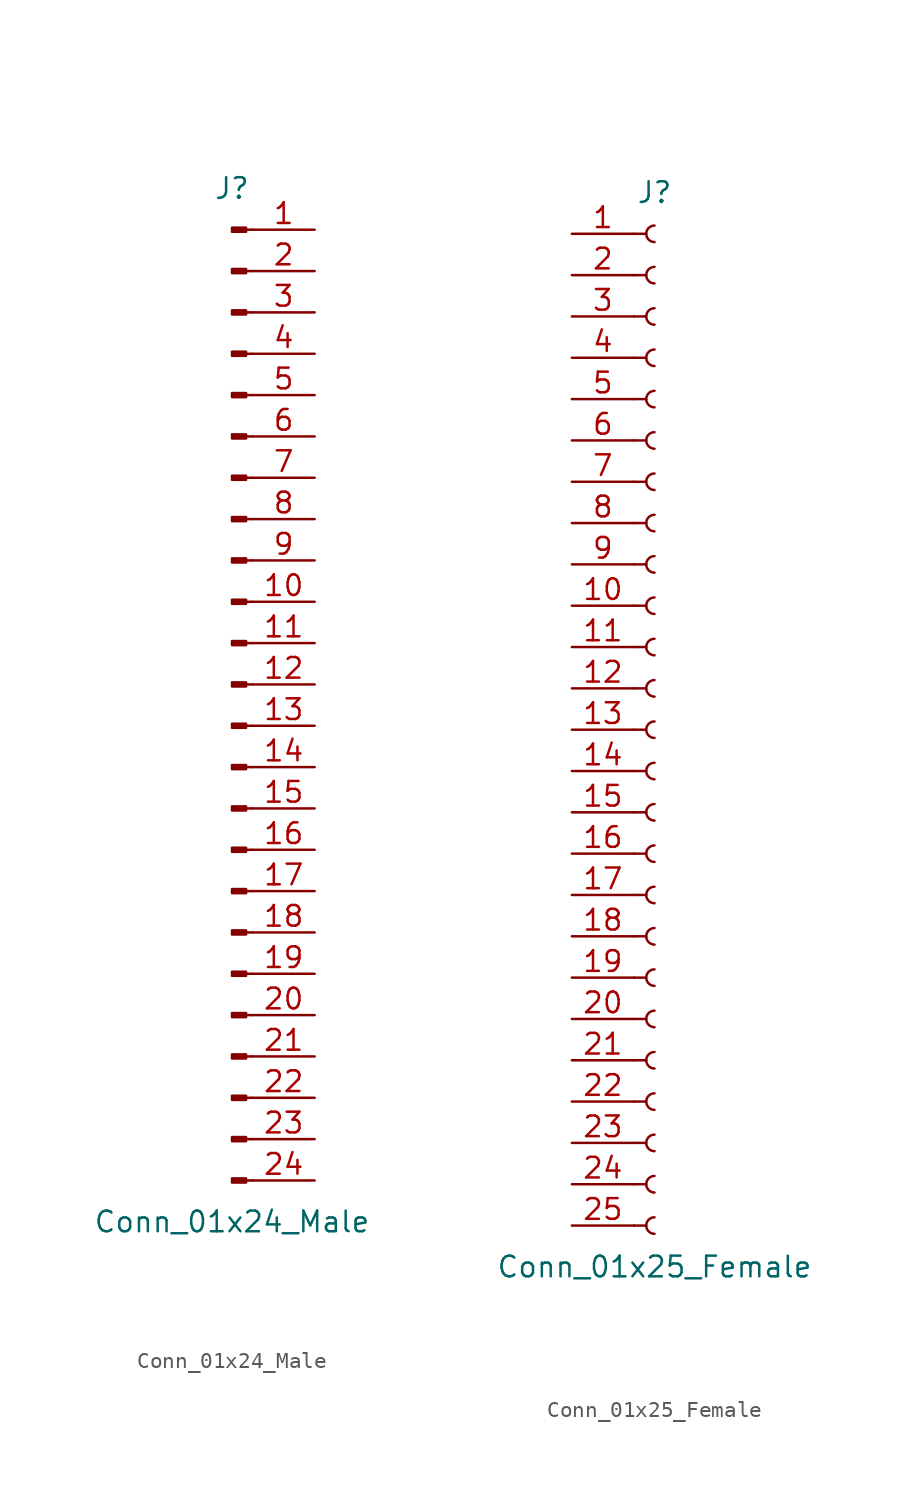
<source format=kicad_sym>
(kicad_symbol_lib
  (version 20220914)
  (generator kicad_symbol_editor)
  (symbol "Conn_01x24_Male"
    (pin_names
      (offset 1.016) hide)
    (property "Reference" "J"
      (at 0 30.48 0)
      (effects (font (size 1.27 1.27))))
    (property "Value" "Conn_01x24_Male"
      (at 0 -33.02 0)
      (effects (font (size 1.27 1.27))))
    (symbol "Conn_01x24_Male_1_1"
      (polyline (pts (xy 1.27 -30.48) (xy 0.864 -30.48)) (stroke (width 0.152) (type solid)) (fill (type none)))
      (polyline (pts (xy 1.27 -27.94) (xy 0.864 -27.94)) (stroke (width 0.152) (type solid)) (fill (type none)))
      (polyline (pts (xy 1.27 -25.4) (xy 0.864 -25.4)) (stroke (width 0.152) (type solid)) (fill (type none)))
      (polyline (pts (xy 1.27 -22.86) (xy 0.864 -22.86)) (stroke (width 0.152) (type solid)) (fill (type none)))
      (polyline (pts (xy 1.27 -20.32) (xy 0.864 -20.32)) (stroke (width 0.152) (type solid)) (fill (type none)))
      (polyline (pts (xy 1.27 -17.78) (xy 0.864 -17.78)) (stroke (width 0.152) (type solid)) (fill (type none)))
      (polyline (pts (xy 1.27 -15.24) (xy 0.864 -15.24)) (stroke (width 0.152) (type solid)) (fill (type none)))
      (polyline (pts (xy 1.27 -12.7) (xy 0.864 -12.7)) (stroke (width 0.152) (type solid)) (fill (type none)))
      (polyline (pts (xy 1.27 -10.16) (xy 0.864 -10.16)) (stroke (width 0.152) (type solid)) (fill (type none)))
      (polyline (pts (xy 1.27 -7.62) (xy 0.864 -7.62)) (stroke (width 0.152) (type solid)) (fill (type none)))
      (polyline (pts (xy 1.27 -5.08) (xy 0.864 -5.08)) (stroke (width 0.152) (type solid)) (fill (type none)))
      (polyline (pts (xy 1.27 -2.54) (xy 0.864 -2.54)) (stroke (width 0.152) (type solid)) (fill (type none)))
      (polyline (pts (xy 1.27 0) (xy 0.864 0)) (stroke (width 0.152) (type solid)) (fill (type none)))
      (polyline (pts (xy 1.27 2.54) (xy 0.864 2.54)) (stroke (width 0.152) (type solid)) (fill (type none)))
      (polyline (pts (xy 1.27 5.08) (xy 0.864 5.08)) (stroke (width 0.152) (type solid)) (fill (type none)))
      (polyline (pts (xy 1.27 7.62) (xy 0.864 7.62)) (stroke (width 0.152) (type solid)) (fill (type none)))
      (polyline (pts (xy 1.27 10.16) (xy 0.864 10.16)) (stroke (width 0.152) (type solid)) (fill (type none)))
      (polyline (pts (xy 1.27 12.7) (xy 0.864 12.7)) (stroke (width 0.152) (type solid)) (fill (type none)))
      (polyline (pts (xy 1.27 15.24) (xy 0.864 15.24)) (stroke (width 0.152) (type solid)) (fill (type none)))
      (polyline (pts (xy 1.27 17.78) (xy 0.864 17.78)) (stroke (width 0.152) (type solid)) (fill (type none)))
      (polyline (pts (xy 1.27 20.32) (xy 0.864 20.32)) (stroke (width 0.152) (type solid)) (fill (type none)))
      (polyline (pts (xy 1.27 22.86) (xy 0.864 22.86)) (stroke (width 0.152) (type solid)) (fill (type none)))
      (polyline (pts (xy 1.27 25.4) (xy 0.864 25.4)) (stroke (width 0.152) (type solid)) (fill (type none)))
      (polyline (pts (xy 1.27 27.94) (xy 0.864 27.94)) (stroke (width 0.152) (type solid)) (fill (type none)))
      (rectangle (start 0.864 -30.353) (end 0 -30.607) (stroke (width 0.152) (type solid)) (fill (type outline)))
      (rectangle (start 0.864 -27.813) (end 0 -28.067) (stroke (width 0.152) (type solid)) (fill (type outline)))
      (rectangle (start 0.864 -25.273) (end 0 -25.527) (stroke (width 0.152) (type solid)) (fill (type outline)))
      (rectangle (start 0.864 -22.733) (end 0 -22.987) (stroke (width 0.152) (type solid)) (fill (type outline)))
      (rectangle (start 0.864 -20.193) (end 0 -20.447) (stroke (width 0.152) (type solid)) (fill (type outline)))
      (rectangle (start 0.864 -17.653) (end 0 -17.907) (stroke (width 0.152) (type solid)) (fill (type outline)))
      (rectangle (start 0.864 -15.113) (end 0 -15.367) (stroke (width 0.152) (type solid)) (fill (type outline)))
      (rectangle (start 0.864 -12.573) (end 0 -12.827) (stroke (width 0.152) (type solid)) (fill (type outline)))
      (rectangle (start 0.864 -10.033) (end 0 -10.287) (stroke (width 0.152) (type solid)) (fill (type outline)))
      (rectangle (start 0.864 -7.493) (end 0 -7.747) (stroke (width 0.152) (type solid)) (fill (type outline)))
      (rectangle (start 0.864 -4.953) (end 0 -5.207) (stroke (width 0.152) (type solid)) (fill (type outline)))
      (rectangle (start 0.864 -2.413) (end 0 -2.667) (stroke (width 0.152) (type solid)) (fill (type outline)))
      (rectangle (start 0.864 0.127) (end 0 -0.127) (stroke (width 0.152) (type solid)) (fill (type outline)))
      (rectangle (start 0.864 2.667) (end 0 2.413) (stroke (width 0.152) (type solid)) (fill (type outline)))
      (rectangle (start 0.864 5.207) (end 0 4.953) (stroke (width 0.152) (type solid)) (fill (type outline)))
      (rectangle (start 0.864 7.747) (end 0 7.493) (stroke (width 0.152) (type solid)) (fill (type outline)))
      (rectangle (start 0.864 10.287) (end 0 10.033) (stroke (width 0.152) (type solid)) (fill (type outline)))
      (rectangle (start 0.864 12.827) (end 0 12.573) (stroke (width 0.152) (type solid)) (fill (type outline)))
      (rectangle (start 0.864 15.367) (end 0 15.113) (stroke (width 0.152) (type solid)) (fill (type outline)))
      (rectangle (start 0.864 17.907) (end 0 17.653) (stroke (width 0.152) (type solid)) (fill (type outline)))
      (rectangle (start 0.864 20.447) (end 0 20.193) (stroke (width 0.152) (type solid)) (fill (type outline)))
      (rectangle (start 0.864 22.987) (end 0 22.733) (stroke (width 0.152) (type solid)) (fill (type outline)))
      (rectangle (start 0.864 25.527) (end 0 25.273) (stroke (width 0.152) (type solid)) (fill (type outline)))
      (rectangle (start 0.864 28.067) (end 0 27.813) (stroke (width 0.152) (type solid)) (fill (type outline)))
      (pin passive line (at 5.08 27.94 180) (length 3.81) (name "Pin_1" (effects (font (size 1.27 1.27)))) (number "1" (effects (font (size 1.27 1.27)))))
      (pin passive line (at 5.08 5.08 180) (length 3.81) (name "Pin_10" (effects (font (size 1.27 1.27)))) (number "10" (effects (font (size 1.27 1.27)))))
      (pin passive line (at 5.08 2.54 180) (length 3.81) (name "Pin_11" (effects (font (size 1.27 1.27)))) (number "11" (effects (font (size 1.27 1.27)))))
      (pin passive line (at 5.08 0 180) (length 3.81) (name "Pin_12" (effects (font (size 1.27 1.27)))) (number "12" (effects (font (size 1.27 1.27)))))
      (pin passive line (at 5.08 -2.54 180) (length 3.81) (name "Pin_13" (effects (font (size 1.27 1.27)))) (number "13" (effects (font (size 1.27 1.27)))))
      (pin passive line (at 5.08 -5.08 180) (length 3.81) (name "Pin_14" (effects (font (size 1.27 1.27)))) (number "14" (effects (font (size 1.27 1.27)))))
      (pin passive line (at 5.08 -7.62 180) (length 3.81) (name "Pin_15" (effects (font (size 1.27 1.27)))) (number "15" (effects (font (size 1.27 1.27)))))
      (pin passive line (at 5.08 -10.16 180) (length 3.81) (name "Pin_16" (effects (font (size 1.27 1.27)))) (number "16" (effects (font (size 1.27 1.27)))))
      (pin passive line (at 5.08 -12.7 180) (length 3.81) (name "Pin_17" (effects (font (size 1.27 1.27)))) (number "17" (effects (font (size 1.27 1.27)))))
      (pin passive line (at 5.08 -15.24 180) (length 3.81) (name "Pin_18" (effects (font (size 1.27 1.27)))) (number "18" (effects (font (size 1.27 1.27)))))
      (pin passive line (at 5.08 -17.78 180) (length 3.81) (name "Pin_19" (effects (font (size 1.27 1.27)))) (number "19" (effects (font (size 1.27 1.27)))))
      (pin passive line (at 5.08 25.4 180) (length 3.81) (name "Pin_2" (effects (font (size 1.27 1.27)))) (number "2" (effects (font (size 1.27 1.27)))))
      (pin passive line (at 5.08 -20.32 180) (length 3.81) (name "Pin_20" (effects (font (size 1.27 1.27)))) (number "20" (effects (font (size 1.27 1.27)))))
      (pin passive line (at 5.08 -22.86 180) (length 3.81) (name "Pin_21" (effects (font (size 1.27 1.27)))) (number "21" (effects (font (size 1.27 1.27)))))
      (pin passive line (at 5.08 -25.4 180) (length 3.81) (name "Pin_22" (effects (font (size 1.27 1.27)))) (number "22" (effects (font (size 1.27 1.27)))))
      (pin passive line (at 5.08 -27.94 180) (length 3.81) (name "Pin_23" (effects (font (size 1.27 1.27)))) (number "23" (effects (font (size 1.27 1.27)))))
      (pin passive line (at 5.08 -30.48 180) (length 3.81) (name "Pin_24" (effects (font (size 1.27 1.27)))) (number "24" (effects (font (size 1.27 1.27)))))
      (pin passive line (at 5.08 22.86 180) (length 3.81) (name "Pin_3" (effects (font (size 1.27 1.27)))) (number "3" (effects (font (size 1.27 1.27)))))
      (pin passive line (at 5.08 20.32 180) (length 3.81) (name "Pin_4" (effects (font (size 1.27 1.27)))) (number "4" (effects (font (size 1.27 1.27)))))
      (pin passive line (at 5.08 17.78 180) (length 3.81) (name "Pin_5" (effects (font (size 1.27 1.27)))) (number "5" (effects (font (size 1.27 1.27)))))
      (pin passive line (at 5.08 15.24 180) (length 3.81) (name "Pin_6" (effects (font (size 1.27 1.27)))) (number "6" (effects (font (size 1.27 1.27)))))
      (pin passive line (at 5.08 12.7 180) (length 3.81) (name "Pin_7" (effects (font (size 1.27 1.27)))) (number "7" (effects (font (size 1.27 1.27)))))
      (pin passive line (at 5.08 10.16 180) (length 3.81) (name "Pin_8" (effects (font (size 1.27 1.27)))) (number "8" (effects (font (size 1.27 1.27)))))
      (pin passive line (at 5.08 7.62 180) (length 3.81) (name "Pin_9" (effects (font (size 1.27 1.27)))) (number "9" (effects (font (size 1.27 1.27)))))))
  (symbol "Conn_01x25_Female"
    (pin_names
      (offset 1.016) hide)
    (property "Reference" "J"
      (at 0 33.02 0)
      (effects (font (size 1.27 1.27))))
    (property "Value" "Conn_01x25_Female"
      (at 0 -33.02 0)
      (effects (font (size 1.27 1.27))))
    (symbol "Conn_01x25_Female_1_1"
      (arc (start 0 -29.972) (mid -0.5058 -30.48) (end 0 -30.988) (stroke (width 0.1524) (type solid)) (fill (type none)))
      (arc (start 0 -27.432) (mid -0.5058 -27.94) (end 0 -28.448) (stroke (width 0.1524) (type solid)) (fill (type none)))
      (arc (start 0 -24.892) (mid -0.5058 -25.4) (end 0 -25.908) (stroke (width 0.1524) (type solid)) (fill (type none)))
      (arc (start 0 -22.352) (mid -0.5058 -22.86) (end 0 -23.368) (stroke (width 0.1524) (type solid)) (fill (type none)))
      (arc (start 0 -19.812) (mid -0.5058 -20.32) (end 0 -20.828) (stroke (width 0.1524) (type solid)) (fill (type none)))
      (arc (start 0 -17.272) (mid -0.5058 -17.78) (end 0 -18.288) (stroke (width 0.1524) (type solid)) (fill (type none)))
      (arc (start 0 -14.732) (mid -0.5058 -15.24) (end 0 -15.748) (stroke (width 0.1524) (type solid)) (fill (type none)))
      (arc (start 0 -12.192) (mid -0.5058 -12.7) (end 0 -13.208) (stroke (width 0.1524) (type solid)) (fill (type none)))
      (arc (start 0 -9.652) (mid -0.5058 -10.16) (end 0 -10.668) (stroke (width 0.1524) (type solid)) (fill (type none)))
      (arc (start 0 -7.112) (mid -0.5058 -7.62) (end 0 -8.128) (stroke (width 0.1524) (type solid)) (fill (type none)))
      (arc (start 0 -4.572) (mid -0.5058 -5.08) (end 0 -5.588) (stroke (width 0.1524) (type solid)) (fill (type none)))
      (arc (start 0 -2.032) (mid -0.5058 -2.54) (end 0 -3.048) (stroke (width 0.1524) (type solid)) (fill (type none)))
      (polyline (pts (xy -1.27 -30.48) (xy -0.508 -30.48)) (stroke (width 0.152) (type solid)) (fill (type none)))
      (polyline (pts (xy -1.27 -27.94) (xy -0.508 -27.94)) (stroke (width 0.152) (type solid)) (fill (type none)))
      (polyline (pts (xy -1.27 -25.4) (xy -0.508 -25.4)) (stroke (width 0.152) (type solid)) (fill (type none)))
      (polyline (pts (xy -1.27 -22.86) (xy -0.508 -22.86)) (stroke (width 0.152) (type solid)) (fill (type none)))
      (polyline (pts (xy -1.27 -20.32) (xy -0.508 -20.32)) (stroke (width 0.152) (type solid)) (fill (type none)))
      (polyline (pts (xy -1.27 -17.78) (xy -0.508 -17.78)) (stroke (width 0.152) (type solid)) (fill (type none)))
      (polyline (pts (xy -1.27 -15.24) (xy -0.508 -15.24)) (stroke (width 0.152) (type solid)) (fill (type none)))
      (polyline (pts (xy -1.27 -12.7) (xy -0.508 -12.7)) (stroke (width 0.152) (type solid)) (fill (type none)))
      (polyline (pts (xy -1.27 -10.16) (xy -0.508 -10.16)) (stroke (width 0.152) (type solid)) (fill (type none)))
      (polyline (pts (xy -1.27 -7.62) (xy -0.508 -7.62)) (stroke (width 0.152) (type solid)) (fill (type none)))
      (polyline (pts (xy -1.27 -5.08) (xy -0.508 -5.08)) (stroke (width 0.152) (type solid)) (fill (type none)))
      (polyline (pts (xy -1.27 -2.54) (xy -0.508 -2.54)) (stroke (width 0.152) (type solid)) (fill (type none)))
      (polyline (pts (xy -1.27 0) (xy -0.508 0)) (stroke (width 0.152) (type solid)) (fill (type none)))
      (polyline (pts (xy -1.27 2.54) (xy -0.508 2.54)) (stroke (width 0.152) (type solid)) (fill (type none)))
      (polyline (pts (xy -1.27 5.08) (xy -0.508 5.08)) (stroke (width 0.152) (type solid)) (fill (type none)))
      (polyline (pts (xy -1.27 7.62) (xy -0.508 7.62)) (stroke (width 0.152) (type solid)) (fill (type none)))
      (polyline (pts (xy -1.27 10.16) (xy -0.508 10.16)) (stroke (width 0.152) (type solid)) (fill (type none)))
      (polyline (pts (xy -1.27 12.7) (xy -0.508 12.7)) (stroke (width 0.152) (type solid)) (fill (type none)))
      (polyline (pts (xy -1.27 15.24) (xy -0.508 15.24)) (stroke (width 0.152) (type solid)) (fill (type none)))
      (polyline (pts (xy -1.27 17.78) (xy -0.508 17.78)) (stroke (width 0.152) (type solid)) (fill (type none)))
      (polyline (pts (xy -1.27 20.32) (xy -0.508 20.32)) (stroke (width 0.152) (type solid)) (fill (type none)))
      (polyline (pts (xy -1.27 22.86) (xy -0.508 22.86)) (stroke (width 0.152) (type solid)) (fill (type none)))
      (polyline (pts (xy -1.27 25.4) (xy -0.508 25.4)) (stroke (width 0.152) (type solid)) (fill (type none)))
      (polyline (pts (xy -1.27 27.94) (xy -0.508 27.94)) (stroke (width 0.152) (type solid)) (fill (type none)))
      (polyline (pts (xy -1.27 30.48) (xy -0.508 30.48)) (stroke (width 0.152) (type solid)) (fill (type none)))
      (arc (start 0 0.508) (mid -0.5058 0) (end 0 -0.508) (stroke (width 0.1524) (type solid)) (fill (type none)))
      (arc (start 0 3.048) (mid -0.5058 2.54) (end 0 2.032) (stroke (width 0.1524) (type solid)) (fill (type none)))
      (arc (start 0 5.588) (mid -0.5058 5.08) (end 0 4.572) (stroke (width 0.1524) (type solid)) (fill (type none)))
      (arc (start 0 8.128) (mid -0.5058 7.62) (end 0 7.112) (stroke (width 0.1524) (type solid)) (fill (type none)))
      (arc (start 0 10.668) (mid -0.5058 10.16) (end 0 9.652) (stroke (width 0.1524) (type solid)) (fill (type none)))
      (arc (start 0 13.208) (mid -0.5058 12.7) (end 0 12.192) (stroke (width 0.1524) (type solid)) (fill (type none)))
      (arc (start 0 15.748) (mid -0.5058 15.24) (end 0 14.732) (stroke (width 0.1524) (type solid)) (fill (type none)))
      (arc (start 0 18.288) (mid -0.5058 17.78) (end 0 17.272) (stroke (width 0.1524) (type solid)) (fill (type none)))
      (arc (start 0 20.828) (mid -0.5058 20.32) (end 0 19.812) (stroke (width 0.1524) (type solid)) (fill (type none)))
      (arc (start 0 23.368) (mid -0.5058 22.86) (end 0 22.352) (stroke (width 0.1524) (type solid)) (fill (type none)))
      (arc (start 0 25.908) (mid -0.5058 25.4) (end 0 24.892) (stroke (width 0.1524) (type solid)) (fill (type none)))
      (arc (start 0 28.448) (mid -0.5058 27.94) (end 0 27.432) (stroke (width 0.1524) (type solid)) (fill (type none)))
      (arc (start 0 30.988) (mid -0.5058 30.48) (end 0 29.972) (stroke (width 0.1524) (type solid)) (fill (type none)))
      (pin passive line (at -5.08 30.48 0) (length 3.81) (name "Pin_1" (effects (font (size 1.27 1.27)))) (number "1" (effects (font (size 1.27 1.27)))))
      (pin passive line (at -5.08 7.62 0) (length 3.81) (name "Pin_10" (effects (font (size 1.27 1.27)))) (number "10" (effects (font (size 1.27 1.27)))))
      (pin passive line (at -5.08 5.08 0) (length 3.81) (name "Pin_11" (effects (font (size 1.27 1.27)))) (number "11" (effects (font (size 1.27 1.27)))))
      (pin passive line (at -5.08 2.54 0) (length 3.81) (name "Pin_12" (effects (font (size 1.27 1.27)))) (number "12" (effects (font (size 1.27 1.27)))))
      (pin passive line (at -5.08 0 0) (length 3.81) (name "Pin_13" (effects (font (size 1.27 1.27)))) (number "13" (effects (font (size 1.27 1.27)))))
      (pin passive line (at -5.08 -2.54 0) (length 3.81) (name "Pin_14" (effects (font (size 1.27 1.27)))) (number "14" (effects (font (size 1.27 1.27)))))
      (pin passive line (at -5.08 -5.08 0) (length 3.81) (name "Pin_15" (effects (font (size 1.27 1.27)))) (number "15" (effects (font (size 1.27 1.27)))))
      (pin passive line (at -5.08 -7.62 0) (length 3.81) (name "Pin_16" (effects (font (size 1.27 1.27)))) (number "16" (effects (font (size 1.27 1.27)))))
      (pin passive line (at -5.08 -10.16 0) (length 3.81) (name "Pin_17" (effects (font (size 1.27 1.27)))) (number "17" (effects (font (size 1.27 1.27)))))
      (pin passive line (at -5.08 -12.7 0) (length 3.81) (name "Pin_18" (effects (font (size 1.27 1.27)))) (number "18" (effects (font (size 1.27 1.27)))))
      (pin passive line (at -5.08 -15.24 0) (length 3.81) (name "Pin_19" (effects (font (size 1.27 1.27)))) (number "19" (effects (font (size 1.27 1.27)))))
      (pin passive line (at -5.08 27.94 0) (length 3.81) (name "Pin_2" (effects (font (size 1.27 1.27)))) (number "2" (effects (font (size 1.27 1.27)))))
      (pin passive line (at -5.08 -17.78 0) (length 3.81) (name "Pin_20" (effects (font (size 1.27 1.27)))) (number "20" (effects (font (size 1.27 1.27)))))
      (pin passive line (at -5.08 -20.32 0) (length 3.81) (name "Pin_21" (effects (font (size 1.27 1.27)))) (number "21" (effects (font (size 1.27 1.27)))))
      (pin passive line (at -5.08 -22.86 0) (length 3.81) (name "Pin_22" (effects (font (size 1.27 1.27)))) (number "22" (effects (font (size 1.27 1.27)))))
      (pin passive line (at -5.08 -25.4 0) (length 3.81) (name "Pin_23" (effects (font (size 1.27 1.27)))) (number "23" (effects (font (size 1.27 1.27)))))
      (pin passive line (at -5.08 -27.94 0) (length 3.81) (name "Pin_24" (effects (font (size 1.27 1.27)))) (number "24" (effects (font (size 1.27 1.27)))))
      (pin passive line (at -5.08 -30.48 0) (length 3.81) (name "Pin_25" (effects (font (size 1.27 1.27)))) (number "25" (effects (font (size 1.27 1.27)))))
      (pin passive line (at -5.08 25.4 0) (length 3.81) (name "Pin_3" (effects (font (size 1.27 1.27)))) (number "3" (effects (font (size 1.27 1.27)))))
      (pin passive line (at -5.08 22.86 0) (length 3.81) (name "Pin_4" (effects (font (size 1.27 1.27)))) (number "4" (effects (font (size 1.27 1.27)))))
      (pin passive line (at -5.08 20.32 0) (length 3.81) (name "Pin_5" (effects (font (size 1.27 1.27)))) (number "5" (effects (font (size 1.27 1.27)))))
      (pin passive line (at -5.08 17.78 0) (length 3.81) (name "Pin_6" (effects (font (size 1.27 1.27)))) (number "6" (effects (font (size 1.27 1.27)))))
      (pin passive line (at -5.08 15.24 0) (length 3.81) (name "Pin_7" (effects (font (size 1.27 1.27)))) (number "7" (effects (font (size 1.27 1.27)))))
      (pin passive line (at -5.08 12.7 0) (length 3.81) (name "Pin_8" (effects (font (size 1.27 1.27)))) (number "8" (effects (font (size 1.27 1.27)))))
      (pin passive line (at -5.08 10.16 0) (length 3.81) (name "Pin_9" (effects (font (size 1.27 1.27)))) (number "9" (effects (font (size 1.27 1.27))))))))
</source>
